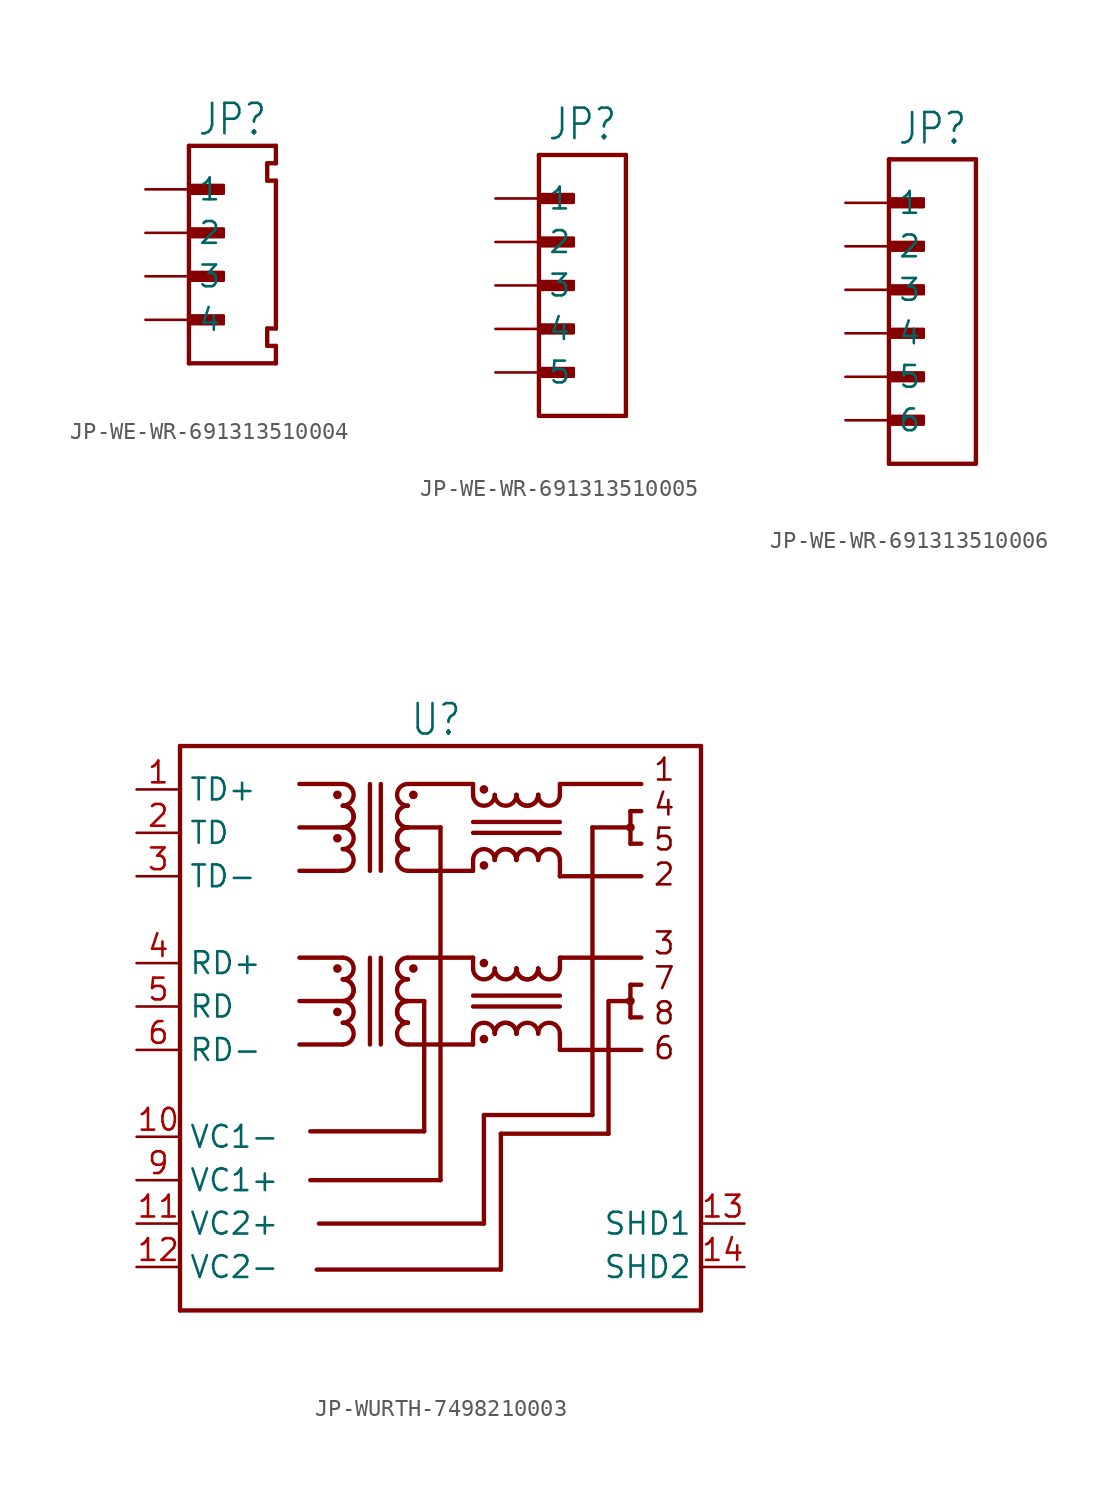
<source format=kicad_sym>
(kicad_symbol_lib
  (version 20231120)
  (generator "kicad_symbol_editor")
  (generator_version "8.0")
  (symbol "JP-WE-WR-691313510004"
    (property "Reference" "JP"
      (at 0 5.588 0)
      (effects (font (size 1.778 1.511)) (justify bottom)))
    (property "Value" ""
      (at 0 -8.382 0)
      (effects (font (size 1.778 1.511)) (justify top)))
    (property "ki_locked" ""
      (at 0 0 0)
      (effects (font (size 1.27 1.27))))
    (symbol "JP-WE-WR-691313510004_1_0"
      (rectangle (start -2.54 -5.334) (end -0.508 -4.826) (stroke (width 0) (type default)) (fill (type outline)))
      (rectangle (start -2.54 -2.794) (end -0.508 -2.286) (stroke (width 0) (type default)) (fill (type outline)))
      (rectangle (start -2.54 -0.254) (end -0.508 0.254) (stroke (width 0) (type default)) (fill (type outline)))
      (rectangle (start -2.54 2.286) (end -0.508 2.794) (stroke (width 0) (type default)) (fill (type outline)))
      (polyline (pts (xy -2.54 -7.62) (xy -2.54 5.08)) (stroke (width 0.254) (type solid)) (fill (type none)))
      (polyline (pts (xy -2.54 5.08) (xy 2.54 5.08)) (stroke (width 0.254) (type solid)) (fill (type none)))
      (polyline (pts (xy 2.032 -6.604) (xy 2.54 -6.604)) (stroke (width 0.254) (type solid)) (fill (type none)))
      (polyline (pts (xy 2.032 -5.588) (xy 2.032 -6.604)) (stroke (width 0.254) (type solid)) (fill (type none)))
      (polyline (pts (xy 2.032 -5.588) (xy 2.54 -5.588)) (stroke (width 0.254) (type solid)) (fill (type none)))
      (polyline (pts (xy 2.032 3.048) (xy 2.54 3.048)) (stroke (width 0.254) (type solid)) (fill (type none)))
      (polyline (pts (xy 2.032 4.064) (xy 2.032 3.048)) (stroke (width 0.254) (type solid)) (fill (type none)))
      (polyline (pts (xy 2.54 -7.62) (xy -2.54 -7.62)) (stroke (width 0.254) (type solid)) (fill (type none)))
      (polyline (pts (xy 2.54 -6.604) (xy 2.54 -7.62)) (stroke (width 0.254) (type solid)) (fill (type none)))
      (polyline (pts (xy 2.54 3.048) (xy 2.54 -5.588)) (stroke (width 0.254) (type solid)) (fill (type none)))
      (polyline (pts (xy 2.54 4.064) (xy 2.032 4.064)) (stroke (width 0.254) (type solid)) (fill (type none)))
      (polyline (pts (xy 2.54 5.08) (xy 2.54 4.064)) (stroke (width 0.254) (type solid)) (fill (type none)))
      (pin passive line (at -5.08 2.54 0) (length 2.54) (name "1" (effects (font (size 1.27 1.27)))) (number "1" (effects (font (size 0 0)))))
      (pin passive line (at -5.08 0 0) (length 2.54) (name "2" (effects (font (size 1.27 1.27)))) (number "2" (effects (font (size 0 0)))))
      (pin passive line (at -5.08 -2.54 0) (length 2.54) (name "3" (effects (font (size 1.27 1.27)))) (number "3" (effects (font (size 0 0)))))
      (pin passive line (at -5.08 -5.08 0) (length 2.54) (name "4" (effects (font (size 1.27 1.27)))) (number "4" (effects (font (size 0 0)))))))
  (symbol "JP-WE-WR-691313510005"
    (property "Reference" "JP"
      (at 0 8.382 0)
      (effects (font (size 1.778 1.511)) (justify bottom)))
    (property "Value" ""
      (at 0 -8.382 0)
      (effects (font (size 1.778 1.511)) (justify top)))
    (property "ki_locked" ""
      (at 0 0 0)
      (effects (font (size 1.27 1.27))))
    (symbol "JP-WE-WR-691313510005_1_0"
      (rectangle (start -2.54 -5.334) (end -0.508 -4.826) (stroke (width 0) (type default)) (fill (type outline)))
      (rectangle (start -2.54 -2.794) (end -0.508 -2.286) (stroke (width 0) (type default)) (fill (type outline)))
      (rectangle (start -2.54 -0.254) (end -0.508 0.254) (stroke (width 0) (type default)) (fill (type outline)))
      (rectangle (start -2.54 2.286) (end -0.508 2.794) (stroke (width 0) (type default)) (fill (type outline)))
      (rectangle (start -2.54 4.826) (end -0.508 5.334) (stroke (width 0) (type default)) (fill (type outline)))
      (polyline (pts (xy -2.54 -7.62) (xy -2.54 7.62)) (stroke (width 0.254) (type solid)) (fill (type none)))
      (polyline (pts (xy -2.54 7.62) (xy 2.54 7.62)) (stroke (width 0.254) (type solid)) (fill (type none)))
      (polyline (pts (xy 2.54 -7.62) (xy -2.54 -7.62)) (stroke (width 0.254) (type solid)) (fill (type none)))
      (polyline (pts (xy 2.54 7.62) (xy 2.54 -7.62)) (stroke (width 0.254) (type solid)) (fill (type none)))
      (pin passive line (at -5.08 5.08 0) (length 2.54) (name "1" (effects (font (size 1.27 1.27)))) (number "1" (effects (font (size 0 0)))))
      (pin passive line (at -5.08 2.54 0) (length 2.54) (name "2" (effects (font (size 1.27 1.27)))) (number "2" (effects (font (size 0 0)))))
      (pin passive line (at -5.08 0 0) (length 2.54) (name "3" (effects (font (size 1.27 1.27)))) (number "3" (effects (font (size 0 0)))))
      (pin passive line (at -5.08 -2.54 0) (length 2.54) (name "4" (effects (font (size 1.27 1.27)))) (number "4" (effects (font (size 0 0)))))
      (pin passive line (at -5.08 -5.08 0) (length 2.54) (name "5" (effects (font (size 1.27 1.27)))) (number "5" (effects (font (size 0 0)))))))
  (symbol "JP-WE-WR-691313510006"
    (property "Reference" "JP"
      (at 0 8.382 0)
      (effects (font (size 1.778 1.511)) (justify bottom)))
    (property "Value" ""
      (at 0 -10.922 0)
      (effects (font (size 1.778 1.511)) (justify top)))
    (property "ki_locked" ""
      (at 0 0 0)
      (effects (font (size 1.27 1.27))))
    (symbol "JP-WE-WR-691313510006_1_0"
      (rectangle (start -2.54 -7.874) (end -0.508 -7.366) (stroke (width 0) (type default)) (fill (type outline)))
      (rectangle (start -2.54 -5.334) (end -0.508 -4.826) (stroke (width 0) (type default)) (fill (type outline)))
      (rectangle (start -2.54 -2.794) (end -0.508 -2.286) (stroke (width 0) (type default)) (fill (type outline)))
      (rectangle (start -2.54 -0.254) (end -0.508 0.254) (stroke (width 0) (type default)) (fill (type outline)))
      (rectangle (start -2.54 2.286) (end -0.508 2.794) (stroke (width 0) (type default)) (fill (type outline)))
      (rectangle (start -2.54 4.826) (end -0.508 5.334) (stroke (width 0) (type default)) (fill (type outline)))
      (polyline (pts (xy -2.54 -10.16) (xy -2.54 7.62)) (stroke (width 0.254) (type solid)) (fill (type none)))
      (polyline (pts (xy -2.54 7.62) (xy 2.54 7.62)) (stroke (width 0.254) (type solid)) (fill (type none)))
      (polyline (pts (xy 2.54 -10.16) (xy -2.54 -10.16)) (stroke (width 0.254) (type solid)) (fill (type none)))
      (polyline (pts (xy 2.54 7.62) (xy 2.54 -10.16)) (stroke (width 0.254) (type solid)) (fill (type none)))
      (pin passive line (at -5.08 5.08 0) (length 2.54) (name "1" (effects (font (size 1.27 1.27)))) (number "1" (effects (font (size 0 0)))))
      (pin passive line (at -5.08 2.54 0) (length 2.54) (name "2" (effects (font (size 1.27 1.27)))) (number "2" (effects (font (size 0 0)))))
      (pin passive line (at -5.08 0 0) (length 2.54) (name "3" (effects (font (size 1.27 1.27)))) (number "3" (effects (font (size 0 0)))))
      (pin passive line (at -5.08 -2.54 0) (length 2.54) (name "4" (effects (font (size 1.27 1.27)))) (number "4" (effects (font (size 0 0)))))
      (pin passive line (at -5.08 -5.08 0) (length 2.54) (name "5" (effects (font (size 1.27 1.27)))) (number "5" (effects (font (size 0 0)))))
      (pin passive line (at -5.08 -7.62 0) (length 2.54) (name "6" (effects (font (size 1.27 1.27)))) (number "6" (effects (font (size 0 0)))))))
  (symbol "JP-WURTH-7498210003"
    (property "Reference" "U"
      (at -0.254 15.748 0)
      (effects (font (size 1.778 1.511)) (justify bottom)))
    (property "Value" ""
      (at 0 -18.288 0)
      (effects (font (size 1.778 1.511)) (justify top)))
    (property "ki_locked" ""
      (at 0 0 0)
      (effects (font (size 1.27 1.27))))
    (symbol "JP-WURTH-7498210003_1_0"
      (circle (center -6.032 -0.318) (radius 0.127) (stroke (width 0.254) (type solid)) (fill (type none)))
      (circle (center -6.032 2.223) (radius 0.127) (stroke (width 0.254) (type solid)) (fill (type none)))
      (circle (center -6.032 9.842) (radius 0.127) (stroke (width 0.254) (type solid)) (fill (type none)))
      (circle (center -6.032 12.383) (radius 0.127) (stroke (width 0.254) (type solid)) (fill (type none)))
      (arc (start -5.715 -2.2225) (mid -5.08 -1.5875) (end -5.715 -0.9525) (stroke (width 0.254) (type solid)) (fill (type none)))
      (arc (start -5.715 -0.9525) (mid -5.08 -0.3175) (end -5.715 0.3175) (stroke (width 0.254) (type solid)) (fill (type none)))
      (arc (start -5.715 0.3175) (mid -5.08 0.9525) (end -5.715 1.5875) (stroke (width 0.254) (type solid)) (fill (type none)))
      (arc (start -5.715 0.3175) (mid -5.08 0.9525) (end -5.715 1.5875) (stroke (width 0.254) (type solid)) (fill (type none)))
      (arc (start -5.715 1.5875) (mid -5.08 2.2225) (end -5.715 2.8575) (stroke (width 0.254) (type solid)) (fill (type none)))
      (arc (start -5.715 7.9375) (mid -5.08 8.5725) (end -5.715 9.2075) (stroke (width 0.254) (type solid)) (fill (type none)))
      (arc (start -5.715 9.2075) (mid -5.08 9.8425) (end -5.715 10.4775) (stroke (width 0.254) (type solid)) (fill (type none)))
      (arc (start -5.715 10.4775) (mid -5.08 11.1125) (end -5.715 11.7475) (stroke (width 0.254) (type solid)) (fill (type none)))
      (arc (start -5.715 10.4775) (mid -5.08 11.1125) (end -5.715 11.7475) (stroke (width 0.254) (type solid)) (fill (type none)))
      (arc (start -5.715 11.7475) (mid -5.08 12.3825) (end -5.715 13.0175) (stroke (width 0.254) (type solid)) (fill (type none)))
      (arc (start -1.905 -0.9525) (mid -2.54 -1.5875) (end -1.905 -2.2225) (stroke (width 0.254) (type solid)) (fill (type none)))
      (arc (start -1.905 0.3175) (mid -2.54 -0.3175) (end -1.905 -0.9525) (stroke (width 0.254) (type solid)) (fill (type none)))
      (arc (start -1.905 0.3175) (mid -2.54 -0.3175) (end -1.905 -0.9525) (stroke (width 0.254) (type solid)) (fill (type none)))
      (arc (start -1.905 1.5875) (mid -2.54 0.9525) (end -1.905 0.3175) (stroke (width 0.254) (type solid)) (fill (type none)))
      (arc (start -1.905 2.8575) (mid -2.54 2.2225) (end -1.905 1.5875) (stroke (width 0.254) (type solid)) (fill (type none)))
      (arc (start -1.905 9.2075) (mid -2.54 8.5725) (end -1.905 7.9375) (stroke (width 0.254) (type solid)) (fill (type none)))
      (arc (start -1.905 10.4775) (mid -2.54 9.8425) (end -1.905 9.2075) (stroke (width 0.254) (type solid)) (fill (type none)))
      (arc (start -1.905 10.4775) (mid -2.54 9.8425) (end -1.905 9.2075) (stroke (width 0.254) (type solid)) (fill (type none)))
      (arc (start -1.905 11.7475) (mid -2.54 11.1125) (end -1.905 10.4775) (stroke (width 0.254) (type solid)) (fill (type none)))
      (arc (start -1.905 13.0175) (mid -2.54 12.3825) (end -1.905 11.7475) (stroke (width 0.254) (type solid)) (fill (type none)))
      (circle (center -1.587 2.223) (radius 0.127) (stroke (width 0.254) (type solid)) (fill (type none)))
      (circle (center -1.587 12.383) (radius 0.127) (stroke (width 0.254) (type solid)) (fill (type none)))
      (polyline (pts (xy -15.24 -17.78) (xy -15.24 15.24)) (stroke (width 0.254) (type solid)) (fill (type none)))
      (polyline (pts (xy -15.24 15.24) (xy 15.24 15.24)) (stroke (width 0.254) (type solid)) (fill (type none)))
      (polyline (pts (xy -5.715 -2.223) (xy -8.255 -2.223)) (stroke (width 0.254) (type solid)) (fill (type none)))
      (polyline (pts (xy -5.715 0.318) (xy -8.255 0.318)) (stroke (width 0.254) (type solid)) (fill (type none)))
      (polyline (pts (xy -5.715 2.857) (xy -8.255 2.857)) (stroke (width 0.254) (type solid)) (fill (type none)))
      (polyline (pts (xy -5.715 7.938) (xy -8.255 7.938)) (stroke (width 0.254) (type solid)) (fill (type none)))
      (polyline (pts (xy -5.715 10.477) (xy -8.255 10.477)) (stroke (width 0.254) (type solid)) (fill (type none)))
      (polyline (pts (xy -5.715 13.018) (xy -8.255 13.018)) (stroke (width 0.254) (type solid)) (fill (type none)))
      (polyline (pts (xy -4.128 2.857) (xy -4.128 -2.223)) (stroke (width 0.254) (type solid)) (fill (type none)))
      (polyline (pts (xy -4.128 13.018) (xy -4.128 7.938)) (stroke (width 0.254) (type solid)) (fill (type none)))
      (polyline (pts (xy -3.493 2.857) (xy -3.493 -2.223)) (stroke (width 0.254) (type solid)) (fill (type none)))
      (polyline (pts (xy -3.493 13.018) (xy -3.493 7.938)) (stroke (width 0.254) (type solid)) (fill (type none)))
      (polyline (pts (xy -1.905 -2.223) (xy 1.905 -2.223)) (stroke (width 0.254) (type solid)) (fill (type none)))
      (polyline (pts (xy -1.905 0.318) (xy -0.953 0.318)) (stroke (width 0.254) (type solid)) (fill (type none)))
      (polyline (pts (xy -1.905 2.857) (xy 1.905 2.857)) (stroke (width 0.254) (type solid)) (fill (type none)))
      (polyline (pts (xy -1.905 7.938) (xy 1.905 7.938)) (stroke (width 0.254) (type solid)) (fill (type none)))
      (polyline (pts (xy -1.905 10.477) (xy 0 10.477)) (stroke (width 0.254) (type solid)) (fill (type none)))
      (polyline (pts (xy -1.905 13.018) (xy 1.905 13.018)) (stroke (width 0.254) (type solid)) (fill (type none)))
      (polyline (pts (xy -0.953 -7.303) (xy -7.62 -7.303)) (stroke (width 0.254) (type solid)) (fill (type none)))
      (polyline (pts (xy -0.953 0.318) (xy -0.953 -7.303)) (stroke (width 0.254) (type solid)) (fill (type none)))
      (polyline (pts (xy 0 -10.16) (xy -7.62 -10.16)) (stroke (width 0.254) (type solid)) (fill (type none)))
      (polyline (pts (xy 0 10.477) (xy 0 -10.16)) (stroke (width 0.254) (type solid)) (fill (type none)))
      (polyline (pts (xy 1.905 -2.223) (xy 1.905 -1.587)) (stroke (width 0.254) (type solid)) (fill (type none)))
      (polyline (pts (xy 1.905 0) (xy 6.985 0)) (stroke (width 0.254) (type solid)) (fill (type none)))
      (polyline (pts (xy 1.905 0.635) (xy 6.985 0.635)) (stroke (width 0.254) (type solid)) (fill (type none)))
      (polyline (pts (xy 1.905 2.857) (xy 1.905 2.223)) (stroke (width 0.254) (type solid)) (fill (type none)))
      (polyline (pts (xy 1.905 7.938) (xy 1.905 8.572)) (stroke (width 0.254) (type solid)) (fill (type none)))
      (polyline (pts (xy 1.905 10.16) (xy 6.985 10.16)) (stroke (width 0.254) (type solid)) (fill (type none)))
      (polyline (pts (xy 1.905 10.795) (xy 6.985 10.795)) (stroke (width 0.254) (type solid)) (fill (type none)))
      (polyline (pts (xy 1.905 13.018) (xy 1.905 12.383)) (stroke (width 0.254) (type solid)) (fill (type none)))
      (polyline (pts (xy 2.54 -12.7) (xy -7.112 -12.7)) (stroke (width 0.254) (type solid)) (fill (type none)))
      (polyline (pts (xy 2.54 -6.35) (xy 2.54 -12.7)) (stroke (width 0.254) (type solid)) (fill (type none)))
      (polyline (pts (xy 3.531 -15.392) (xy -7.239 -15.392)) (stroke (width 0.254) (type solid)) (fill (type none)))
      (polyline (pts (xy 3.531 -7.442) (xy 3.531 -15.392)) (stroke (width 0.254) (type solid)) (fill (type none)))
      (polyline (pts (xy 6.985 -2.54) (xy 11.748 -2.54)) (stroke (width 0.254) (type solid)) (fill (type none)))
      (polyline (pts (xy 6.985 -1.587) (xy 6.985 -2.54)) (stroke (width 0.254) (type solid)) (fill (type none)))
      (polyline (pts (xy 6.985 2.223) (xy 6.985 2.857)) (stroke (width 0.254) (type solid)) (fill (type none)))
      (polyline (pts (xy 6.985 2.857) (xy 11.748 2.857)) (stroke (width 0.254) (type solid)) (fill (type none)))
      (polyline (pts (xy 6.985 7.62) (xy 11.748 7.62)) (stroke (width 0.254) (type solid)) (fill (type none)))
      (polyline (pts (xy 6.985 8.572) (xy 6.985 7.62)) (stroke (width 0.254) (type solid)) (fill (type none)))
      (polyline (pts (xy 6.985 12.383) (xy 6.985 13.018)) (stroke (width 0.254) (type solid)) (fill (type none)))
      (polyline (pts (xy 6.985 13.018) (xy 11.748 13.018)) (stroke (width 0.254) (type solid)) (fill (type none)))
      (polyline (pts (xy 8.89 -6.35) (xy 2.54 -6.35)) (stroke (width 0.254) (type solid)) (fill (type none)))
      (polyline (pts (xy 8.89 10.477) (xy 8.89 -6.35)) (stroke (width 0.254) (type solid)) (fill (type none)))
      (polyline (pts (xy 9.83 -7.442) (xy 3.531 -7.442)) (stroke (width 0.254) (type solid)) (fill (type none)))
      (polyline (pts (xy 9.83 0.305) (xy 9.83 -7.442)) (stroke (width 0.254) (type solid)) (fill (type none)))
      (polyline (pts (xy 11.113 -0.635) (xy 11.748 -0.635)) (stroke (width 0.254) (type solid)) (fill (type none)))
      (polyline (pts (xy 11.113 0.318) (xy 9.842 0.318)) (stroke (width 0.254) (type solid)) (fill (type none)))
      (polyline (pts (xy 11.113 0.318) (xy 11.113 -0.635)) (stroke (width 0.254) (type solid)) (fill (type none)))
      (polyline (pts (xy 11.113 1.27) (xy 11.113 0.318)) (stroke (width 0.254) (type solid)) (fill (type none)))
      (polyline (pts (xy 11.113 9.525) (xy 11.748 9.525)) (stroke (width 0.254) (type solid)) (fill (type none)))
      (polyline (pts (xy 11.113 10.477) (xy 8.89 10.477)) (stroke (width 0.254) (type solid)) (fill (type none)))
      (polyline (pts (xy 11.113 10.477) (xy 11.113 9.525)) (stroke (width 0.254) (type solid)) (fill (type none)))
      (polyline (pts (xy 11.113 11.43) (xy 11.113 10.477)) (stroke (width 0.254) (type solid)) (fill (type none)))
      (polyline (pts (xy 11.748 1.27) (xy 11.113 1.27)) (stroke (width 0.254) (type solid)) (fill (type none)))
      (polyline (pts (xy 11.748 11.43) (xy 11.113 11.43)) (stroke (width 0.254) (type solid)) (fill (type none)))
      (polyline (pts (xy 15.24 -17.78) (xy -15.24 -17.78)) (stroke (width 0.254) (type solid)) (fill (type none)))
      (polyline (pts (xy 15.24 15.24) (xy 15.24 -17.78)) (stroke (width 0.254) (type solid)) (fill (type none)))
      (arc (start 1.905 2.2225) (mid 2.54 1.5875) (end 3.175 2.2225) (stroke (width 0.254) (type solid)) (fill (type none)))
      (arc (start 1.905 12.3825) (mid 2.54 11.7475) (end 3.175 12.3825) (stroke (width 0.254) (type solid)) (fill (type none)))
      (circle (center 2.54 -1.905) (radius 0.127) (stroke (width 0.254) (type solid)) (fill (type none)))
      (circle (center 2.54 2.54) (radius 0.127) (stroke (width 0.254) (type solid)) (fill (type none)))
      (circle (center 2.54 8.255) (radius 0.127) (stroke (width 0.254) (type solid)) (fill (type none)))
      (circle (center 2.54 12.7) (radius 0.127) (stroke (width 0.254) (type solid)) (fill (type none)))
      (arc (start 3.175 -1.5875) (mid 2.54 -0.9525) (end 1.905 -1.5875) (stroke (width 0.254) (type solid)) (fill (type none)))
      (arc (start 3.175 2.2225) (mid 3.81 1.5875) (end 4.445 2.2225) (stroke (width 0.254) (type solid)) (fill (type none)))
      (arc (start 3.175 8.5725) (mid 2.54 9.2075) (end 1.905 8.5725) (stroke (width 0.254) (type solid)) (fill (type none)))
      (arc (start 3.175 12.3825) (mid 3.81 11.7475) (end 4.445 12.3825) (stroke (width 0.254) (type solid)) (fill (type none)))
      (arc (start 4.445 -1.5875) (mid 3.81 -0.9525) (end 3.175 -1.5875) (stroke (width 0.254) (type solid)) (fill (type none)))
      (arc (start 4.445 -1.5875) (mid 3.81 -0.9525) (end 3.175 -1.5875) (stroke (width 0.254) (type solid)) (fill (type none)))
      (arc (start 4.445 2.2225) (mid 5.08 1.5875) (end 5.715 2.2225) (stroke (width 0.254) (type solid)) (fill (type none)))
      (arc (start 4.445 2.2225) (mid 5.08 1.5875) (end 5.715 2.2225) (stroke (width 0.254) (type solid)) (fill (type none)))
      (arc (start 4.445 8.5725) (mid 3.81 9.2075) (end 3.175 8.5725) (stroke (width 0.254) (type solid)) (fill (type none)))
      (arc (start 4.445 8.5725) (mid 3.81 9.2075) (end 3.175 8.5725) (stroke (width 0.254) (type solid)) (fill (type none)))
      (arc (start 4.445 12.3825) (mid 5.08 11.7475) (end 5.715 12.3825) (stroke (width 0.254) (type solid)) (fill (type none)))
      (arc (start 4.445 12.3825) (mid 5.08 11.7475) (end 5.715 12.3825) (stroke (width 0.254) (type solid)) (fill (type none)))
      (arc (start 5.715 -1.5875) (mid 5.08 -0.9525) (end 4.445 -1.5875) (stroke (width 0.254) (type solid)) (fill (type none)))
      (arc (start 5.715 2.2225) (mid 6.35 1.5875) (end 6.985 2.2225) (stroke (width 0.254) (type solid)) (fill (type none)))
      (arc (start 5.715 8.5725) (mid 5.08 9.2075) (end 4.445 8.5725) (stroke (width 0.254) (type solid)) (fill (type none)))
      (arc (start 5.715 12.3825) (mid 6.35 11.7475) (end 6.985 12.3825) (stroke (width 0.254) (type solid)) (fill (type none)))
      (arc (start 6.985 -1.5875) (mid 6.35 -0.9525) (end 5.715 -1.5875) (stroke (width 0.254) (type solid)) (fill (type none)))
      (arc (start 6.985 8.5725) (mid 6.35 9.2075) (end 5.715 8.5725) (stroke (width 0.254) (type solid)) (fill (type none)))
      (circle (center 11.113 0.318) (radius 0.127) (stroke (width 0.254) (type solid)) (fill (type none)))
      (circle (center 11.113 10.477) (radius 0.127) (stroke (width 0.254) (type solid)) (fill (type none)))
      (text "1\n4\n5\n2" (at 12.383 6.985 0) (effects (font (size 1.27 1.27)) (justify left bottom)))
      (text "3\n7\n8\n6" (at 12.383 -3.175 0) (effects (font (size 1.27 1.27)) (justify left bottom)))
      (pin bidirectional line (at -17.78 12.7 0) (length 2.54) (name "TD+" (effects (font (size 1.27 1.27)))) (number "1" (effects (font (size 1.27 1.27)))))
      (pin bidirectional line (at -17.78 -7.62 0) (length 2.54) (name "VC1-" (effects (font (size 1.27 1.27)))) (number "10" (effects (font (size 1.27 1.27)))))
      (pin bidirectional line (at -17.78 -12.7 0) (length 2.54) (name "VC2+" (effects (font (size 1.27 1.27)))) (number "11" (effects (font (size 1.27 1.27)))))
      (pin bidirectional line (at -17.78 -15.24 0) (length 2.54) (name "VC2-" (effects (font (size 1.27 1.27)))) (number "12" (effects (font (size 1.27 1.27)))))
      (pin bidirectional line (at 17.78 -12.7 180) (length 2.54) (name "SHD1" (effects (font (size 1.27 1.27)))) (number "13" (effects (font (size 1.27 1.27)))))
      (pin bidirectional line (at 17.78 -15.24 180) (length 2.54) (name "SHD2" (effects (font (size 1.27 1.27)))) (number "14" (effects (font (size 1.27 1.27)))))
      (pin bidirectional line (at -17.78 10.16 0) (length 2.54) (name "TD" (effects (font (size 1.27 1.27)))) (number "2" (effects (font (size 1.27 1.27)))))
      (pin bidirectional line (at -17.78 7.62 0) (length 2.54) (name "TD-" (effects (font (size 1.27 1.27)))) (number "3" (effects (font (size 1.27 1.27)))))
      (pin bidirectional line (at -17.78 2.54 0) (length 2.54) (name "RD+" (effects (font (size 1.27 1.27)))) (number "4" (effects (font (size 1.27 1.27)))))
      (pin bidirectional line (at -17.78 0 0) (length 2.54) (name "RD" (effects (font (size 1.27 1.27)))) (number "5" (effects (font (size 1.27 1.27)))))
      (pin bidirectional line (at -17.78 -2.54 0) (length 2.54) (name "RD-" (effects (font (size 1.27 1.27)))) (number "6" (effects (font (size 1.27 1.27)))))
      (pin bidirectional line (at -17.78 -10.16 0) (length 2.54) (name "VC1+" (effects (font (size 1.27 1.27)))) (number "9" (effects (font (size 1.27 1.27))))))))
</source>
